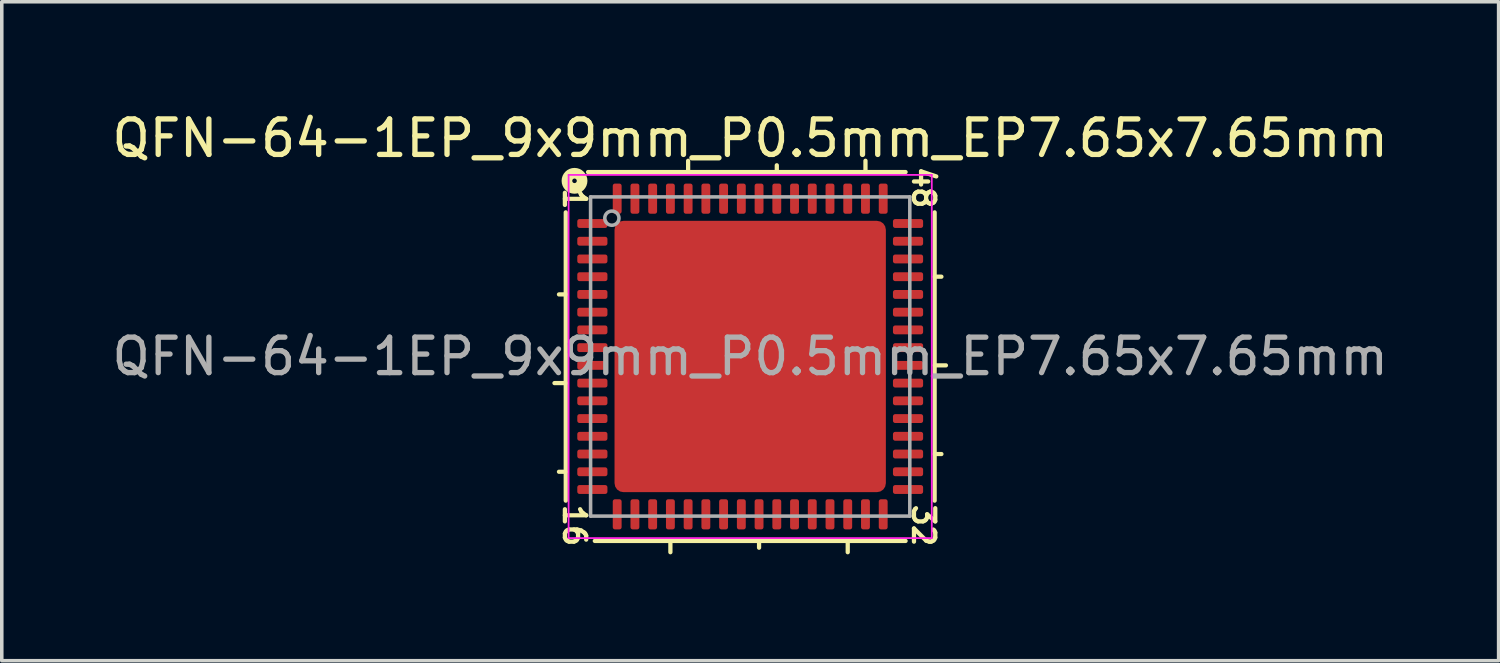
<source format=kicad_pcb>
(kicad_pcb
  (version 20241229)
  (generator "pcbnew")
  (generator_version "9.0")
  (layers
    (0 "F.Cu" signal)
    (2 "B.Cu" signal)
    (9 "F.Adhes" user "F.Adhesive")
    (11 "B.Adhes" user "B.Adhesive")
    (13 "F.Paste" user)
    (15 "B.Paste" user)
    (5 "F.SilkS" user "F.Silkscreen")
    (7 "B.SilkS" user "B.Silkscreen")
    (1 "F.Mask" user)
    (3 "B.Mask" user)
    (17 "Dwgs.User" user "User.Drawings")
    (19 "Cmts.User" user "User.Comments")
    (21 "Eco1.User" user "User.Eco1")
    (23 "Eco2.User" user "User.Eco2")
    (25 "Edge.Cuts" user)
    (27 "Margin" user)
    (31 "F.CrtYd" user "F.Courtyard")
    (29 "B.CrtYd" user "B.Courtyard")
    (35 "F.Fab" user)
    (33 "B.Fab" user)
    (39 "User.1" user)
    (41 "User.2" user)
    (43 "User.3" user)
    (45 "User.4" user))
  (footprint "QFN-64-1EP_9x9mm_P0.5mm_EP7.65x7.65mm"
    (layer "F.Cu")
    (at 18.101 7.001)
    (property "Reference" "QFN-64-1EP_9x9mm_P0.5mm_EP7.65x7.65mm" (at 0 -6.152 0) (layer "F.SilkS") (effects (font (size 1 1) (thickness 0.15))))
    (attr smd)
    (fp_line (start -5.2 -4.064) (end -5.2 4.064) (stroke (width 0.12) (type solid)) (layer "F.SilkS"))
    (fp_line (start -5.2 -1.75) (end -5.391 -1.75) (stroke (width 0.12) (type solid)) (layer "F.SilkS"))
    (fp_line (start -5.2 0.75) (end -5.518 0.75) (stroke (width 0.12) (type solid)) (layer "F.SilkS"))
    (fp_line (start -5.2 3.25) (end -5.391 3.25) (stroke (width 0.12) (type solid)) (layer "F.SilkS"))
    (fp_line (start -4.381 5.2) (end 4.381 5.2) (stroke (width 0.12) (type solid)) (layer "F.SilkS"))
    (fp_line (start -2.25 5.2) (end -2.25 5.518) (stroke (width 0.12) (type solid)) (layer "F.SilkS"))
    (fp_line (start -1.75 -5.2) (end -1.75 -5.518) (stroke (width 0.12) (type solid)) (layer "F.SilkS"))
    (fp_line (start 0.25 5.2) (end 0.25 5.391) (stroke (width 0.12) (type solid)) (layer "F.SilkS"))
    (fp_line (start 0.75 -5.2) (end 0.75 -5.391) (stroke (width 0.12) (type solid)) (layer "F.SilkS"))
    (fp_line (start 2.75 5.2) (end 2.75 5.518) (stroke (width 0.12) (type solid)) (layer "F.SilkS"))
    (fp_line (start 3.25 -5.2) (end 3.25 -5.518) (stroke (width 0.12) (type solid)) (layer "F.SilkS"))
    (fp_line (start 4.381 -5.2) (end -4.572 -5.2) (stroke (width 0.12) (type solid)) (layer "F.SilkS"))
    (fp_line (start 5.2 -2.25) (end 5.391 -2.25) (stroke (width 0.12) (type solid)) (layer "F.SilkS"))
    (fp_line (start 5.2 0.25) (end 5.518 0.25) (stroke (width 0.12) (type solid)) (layer "F.SilkS"))
    (fp_line (start 5.2 2.75) (end 5.391 2.75) (stroke (width 0.12) (type solid)) (layer "F.SilkS"))
    (fp_line (start 5.2 4.064) (end 5.2 -4.064) (stroke (width 0.12) (type solid)) (layer "F.SilkS"))
    (fp_circle (center -4.953 -4.953) (end -4.889 -4.953) (stroke (width 0.3) (type solid)) (fill no) (layer "F.SilkS"))
    (fp_line (start -5.12 -5.12) (end -5.12 5.12) (stroke (width 0.05) (type solid)) (layer "F.CrtYd"))
    (fp_line (start -5.12 5.12) (end 5.12 5.12) (stroke (width 0.05) (type solid)) (layer "F.CrtYd"))
    (fp_line (start 5.12 -5.12) (end -5.12 -5.12) (stroke (width 0.05) (type solid)) (layer "F.CrtYd"))
    (fp_line (start 5.12 5.12) (end 5.12 -5.12) (stroke (width 0.05) (type solid)) (layer "F.CrtYd"))
    (fp_line (start -4.5 -4.5) (end 4.5 -4.5) (stroke (width 0.1) (type solid)) (layer "F.Fab"))
    (fp_line (start -4.5 4.5) (end -4.5 -4.5) (stroke (width 0.1) (type solid)) (layer "F.Fab"))
    (fp_line (start 4.5 -4.5) (end 4.5 4.5) (stroke (width 0.1) (type solid)) (layer "F.Fab"))
    (fp_line (start 4.5 4.5) (end -4.5 4.5) (stroke (width 0.1) (type solid)) (layer "F.Fab"))
    (fp_circle (center -3.9 -3.9) (end -3.7 -3.9) (stroke (width 0.1) (type solid)) (fill no) (layer "F.Fab"))
    (fp_text user "32" (at 4.889 4.763 270) (unlocked yes) (layer "F.SilkS") (effects (font (size 0.6 0.6) (thickness 0.12))))
    (fp_text user "1" (at -4.953 -4.445 270) (unlocked yes) (layer "F.SilkS") (effects (font (size 0.6 0.6) (thickness 0.12))))
    (fp_text user "48" (at 4.889 -4.763 270) (unlocked yes) (layer "F.SilkS") (effects (font (size 0.6 0.6) (thickness 0.12))))
    (fp_text user "16" (at -4.953 4.763 270) (unlocked yes) (layer "F.SilkS") (effects (font (size 0.6 0.6) (thickness 0.12))))
    (fp_text user "${REFERENCE}" (at 0 0 0) (layer "F.Fab") (effects (font (size 1 1) (thickness 0.15))))
    (pad "" smd roundrect (at -3.2 -3.2) (size 1.03 1.03) (layers "F.Paste") (roundrect_rratio 0.243))
    (pad "" smd roundrect (at -3.2 -1.92) (size 1.03 1.03) (layers "F.Paste") (roundrect_rratio 0.243))
    (pad "" smd roundrect (at -3.2 -0.64) (size 1.03 1.03) (layers "F.Paste") (roundrect_rratio 0.243))
    (pad "" smd roundrect (at -3.2 0.64) (size 1.03 1.03) (layers "F.Paste") (roundrect_rratio 0.243))
    (pad "" smd roundrect (at -3.2 1.92) (size 1.03 1.03) (layers "F.Paste") (roundrect_rratio 0.243))
    (pad "" smd roundrect (at -3.2 3.2) (size 1.03 1.03) (layers "F.Paste") (roundrect_rratio 0.243))
    (pad "" smd roundrect (at -1.92 -3.2) (size 1.03 1.03) (layers "F.Paste") (roundrect_rratio 0.243))
    (pad "" smd roundrect (at -1.92 -1.92) (size 1.03 1.03) (layers "F.Paste") (roundrect_rratio 0.243))
    (pad "" smd roundrect (at -1.92 -0.64) (size 1.03 1.03) (layers "F.Paste") (roundrect_rratio 0.243))
    (pad "" smd roundrect (at -1.92 0.64) (size 1.03 1.03) (layers "F.Paste") (roundrect_rratio 0.243))
    (pad "" smd roundrect (at -1.92 1.92) (size 1.03 1.03) (layers "F.Paste") (roundrect_rratio 0.243))
    (pad "" smd roundrect (at -1.92 3.2) (size 1.03 1.03) (layers "F.Paste") (roundrect_rratio 0.243))
    (pad "" smd roundrect (at -0.64 -3.2) (size 1.03 1.03) (layers "F.Paste") (roundrect_rratio 0.243))
    (pad "" smd roundrect (at -0.64 -1.92) (size 1.03 1.03) (layers "F.Paste") (roundrect_rratio 0.243))
    (pad "" smd roundrect (at -0.64 -0.64) (size 1.03 1.03) (layers "F.Paste") (roundrect_rratio 0.243))
    (pad "" smd roundrect (at -0.64 0.64) (size 1.03 1.03) (layers "F.Paste") (roundrect_rratio 0.243))
    (pad "" smd roundrect (at -0.64 1.92) (size 1.03 1.03) (layers "F.Paste") (roundrect_rratio 0.243))
    (pad "" smd roundrect (at -0.64 3.2) (size 1.03 1.03) (layers "F.Paste") (roundrect_rratio 0.243))
    (pad "" smd roundrect (at 0.64 -3.2) (size 1.03 1.03) (layers "F.Paste") (roundrect_rratio 0.243))
    (pad "" smd roundrect (at 0.64 -1.92) (size 1.03 1.03) (layers "F.Paste") (roundrect_rratio 0.243))
    (pad "" smd roundrect (at 0.64 -0.64) (size 1.03 1.03) (layers "F.Paste") (roundrect_rratio 0.243))
    (pad "" smd roundrect (at 0.64 0.64) (size 1.03 1.03) (layers "F.Paste") (roundrect_rratio 0.243))
    (pad "" smd roundrect (at 0.64 1.92) (size 1.03 1.03) (layers "F.Paste") (roundrect_rratio 0.243))
    (pad "" smd roundrect (at 0.64 3.2) (size 1.03 1.03) (layers "F.Paste") (roundrect_rratio 0.243))
    (pad "" smd roundrect (at 1.92 -3.2) (size 1.03 1.03) (layers "F.Paste") (roundrect_rratio 0.243))
    (pad "" smd roundrect (at 1.92 -1.92) (size 1.03 1.03) (layers "F.Paste") (roundrect_rratio 0.243))
    (pad "" smd roundrect (at 1.92 -0.64) (size 1.03 1.03) (layers "F.Paste") (roundrect_rratio 0.243))
    (pad "" smd roundrect (at 1.92 0.64) (size 1.03 1.03) (layers "F.Paste") (roundrect_rratio 0.243))
    (pad "" smd roundrect (at 1.92 1.92) (size 1.03 1.03) (layers "F.Paste") (roundrect_rratio 0.243))
    (pad "" smd roundrect (at 1.92 3.2) (size 1.03 1.03) (layers "F.Paste") (roundrect_rratio 0.243))
    (pad "" smd roundrect (at 3.2 -3.2) (size 1.03 1.03) (layers "F.Paste") (roundrect_rratio 0.243))
    (pad "" smd roundrect (at 3.2 -1.92) (size 1.03 1.03) (layers "F.Paste") (roundrect_rratio 0.243))
    (pad "" smd roundrect (at 3.2 -0.64) (size 1.03 1.03) (layers "F.Paste") (roundrect_rratio 0.243))
    (pad "" smd roundrect (at 3.2 0.64) (size 1.03 1.03) (layers "F.Paste") (roundrect_rratio 0.243))
    (pad "" smd roundrect (at 3.2 1.92) (size 1.03 1.03) (layers "F.Paste") (roundrect_rratio 0.243))
    (pad "" smd roundrect (at 3.2 3.2) (size 1.03 1.03) (layers "F.Paste") (roundrect_rratio 0.243))
    (pad "1" smd roundrect (at -4.45 -3.75) (size 0.85 0.25) (layers "F.Cu" "F.Mask" "F.Paste") (roundrect_rratio 0.25))
    (pad "2" smd roundrect (at -4.45 -3.25) (size 0.85 0.25) (layers "F.Cu" "F.Mask" "F.Paste") (roundrect_rratio 0.25))
    (pad "3" smd roundrect (at -4.45 -2.75) (size 0.85 0.25) (layers "F.Cu" "F.Mask" "F.Paste") (roundrect_rratio 0.25))
    (pad "4" smd roundrect (at -4.45 -2.25) (size 0.85 0.25) (layers "F.Cu" "F.Mask" "F.Paste") (roundrect_rratio 0.25))
    (pad "5" smd roundrect (at -4.45 -1.75) (size 0.85 0.25) (layers "F.Cu" "F.Mask" "F.Paste") (roundrect_rratio 0.25))
    (pad "6" smd roundrect (at -4.45 -1.25) (size 0.85 0.25) (layers "F.Cu" "F.Mask" "F.Paste") (roundrect_rratio 0.25))
    (pad "7" smd roundrect (at -4.45 -0.75) (size 0.85 0.25) (layers "F.Cu" "F.Mask" "F.Paste") (roundrect_rratio 0.25))
    (pad "8" smd roundrect (at -4.45 -0.25) (size 0.85 0.25) (layers "F.Cu" "F.Mask" "F.Paste") (roundrect_rratio 0.25))
    (pad "9" smd roundrect (at -4.45 0.25) (size 0.85 0.25) (layers "F.Cu" "F.Mask" "F.Paste") (roundrect_rratio 0.25))
    (pad "10" smd roundrect (at -4.45 0.75) (size 0.85 0.25) (layers "F.Cu" "F.Mask" "F.Paste") (roundrect_rratio 0.25))
    (pad "11" smd roundrect (at -4.45 1.25) (size 0.85 0.25) (layers "F.Cu" "F.Mask" "F.Paste") (roundrect_rratio 0.25))
    (pad "12" smd roundrect (at -4.45 1.75) (size 0.85 0.25) (layers "F.Cu" "F.Mask" "F.Paste") (roundrect_rratio 0.25))
    (pad "13" smd roundrect (at -4.45 2.25) (size 0.85 0.25) (layers "F.Cu" "F.Mask" "F.Paste") (roundrect_rratio 0.25))
    (pad "14" smd roundrect (at -4.45 2.75) (size 0.85 0.25) (layers "F.Cu" "F.Mask" "F.Paste") (roundrect_rratio 0.25))
    (pad "15" smd roundrect (at -4.45 3.25) (size 0.85 0.25) (layers "F.Cu" "F.Mask" "F.Paste") (roundrect_rratio 0.25))
    (pad "16" smd roundrect (at -4.45 3.75) (size 0.85 0.25) (layers "F.Cu" "F.Mask" "F.Paste") (roundrect_rratio 0.25))
    (pad "17" smd roundrect (at -3.75 4.45) (size 0.25 0.85) (layers "F.Cu" "F.Mask" "F.Paste") (roundrect_rratio 0.25))
    (pad "18" smd roundrect (at -3.25 4.45) (size 0.25 0.85) (layers "F.Cu" "F.Mask" "F.Paste") (roundrect_rratio 0.25))
    (pad "19" smd roundrect (at -2.75 4.45) (size 0.25 0.85) (layers "F.Cu" "F.Mask" "F.Paste") (roundrect_rratio 0.25))
    (pad "20" smd roundrect (at -2.25 4.45) (size 0.25 0.85) (layers "F.Cu" "F.Mask" "F.Paste") (roundrect_rratio 0.25))
    (pad "21" smd roundrect (at -1.75 4.45) (size 0.25 0.85) (layers "F.Cu" "F.Mask" "F.Paste") (roundrect_rratio 0.25))
    (pad "22" smd roundrect (at -1.25 4.45) (size 0.25 0.85) (layers "F.Cu" "F.Mask" "F.Paste") (roundrect_rratio 0.25))
    (pad "23" smd roundrect (at -0.75 4.45) (size 0.25 0.85) (layers "F.Cu" "F.Mask" "F.Paste") (roundrect_rratio 0.25))
    (pad "24" smd roundrect (at -0.25 4.45) (size 0.25 0.85) (layers "F.Cu" "F.Mask" "F.Paste") (roundrect_rratio 0.25))
    (pad "25" smd roundrect (at 0.25 4.45) (size 0.25 0.85) (layers "F.Cu" "F.Mask" "F.Paste") (roundrect_rratio 0.25))
    (pad "26" smd roundrect (at 0.75 4.45) (size 0.25 0.85) (layers "F.Cu" "F.Mask" "F.Paste") (roundrect_rratio 0.25))
    (pad "27" smd roundrect (at 1.25 4.45) (size 0.25 0.85) (layers "F.Cu" "F.Mask" "F.Paste") (roundrect_rratio 0.25))
    (pad "28" smd roundrect (at 1.75 4.45) (size 0.25 0.85) (layers "F.Cu" "F.Mask" "F.Paste") (roundrect_rratio 0.25))
    (pad "29" smd roundrect (at 2.25 4.45) (size 0.25 0.85) (layers "F.Cu" "F.Mask" "F.Paste") (roundrect_rratio 0.25))
    (pad "30" smd roundrect (at 2.75 4.45) (size 0.25 0.85) (layers "F.Cu" "F.Mask" "F.Paste") (roundrect_rratio 0.25))
    (pad "31" smd roundrect (at 3.25 4.45) (size 0.25 0.85) (layers "F.Cu" "F.Mask" "F.Paste") (roundrect_rratio 0.25))
    (pad "32" smd roundrect (at 3.75 4.45) (size 0.25 0.85) (layers "F.Cu" "F.Mask" "F.Paste") (roundrect_rratio 0.25))
    (pad "33" smd roundrect (at 4.45 3.75) (size 0.85 0.25) (layers "F.Cu" "F.Mask" "F.Paste") (roundrect_rratio 0.25))
    (pad "34" smd roundrect (at 4.45 3.25) (size 0.85 0.25) (layers "F.Cu" "F.Mask" "F.Paste") (roundrect_rratio 0.25))
    (pad "35" smd roundrect (at 4.45 2.75) (size 0.85 0.25) (layers "F.Cu" "F.Mask" "F.Paste") (roundrect_rratio 0.25))
    (pad "36" smd roundrect (at 4.45 2.25) (size 0.85 0.25) (layers "F.Cu" "F.Mask" "F.Paste") (roundrect_rratio 0.25))
    (pad "37" smd roundrect (at 4.45 1.75) (size 0.85 0.25) (layers "F.Cu" "F.Mask" "F.Paste") (roundrect_rratio 0.25))
    (pad "38" smd roundrect (at 4.45 1.25) (size 0.85 0.25) (layers "F.Cu" "F.Mask" "F.Paste") (roundrect_rratio 0.25))
    (pad "39" smd roundrect (at 4.45 0.75) (size 0.85 0.25) (layers "F.Cu" "F.Mask" "F.Paste") (roundrect_rratio 0.25))
    (pad "40" smd roundrect (at 4.45 0.25) (size 0.85 0.25) (layers "F.Cu" "F.Mask" "F.Paste") (roundrect_rratio 0.25))
    (pad "41" smd roundrect (at 4.45 -0.25) (size 0.85 0.25) (layers "F.Cu" "F.Mask" "F.Paste") (roundrect_rratio 0.25))
    (pad "42" smd roundrect (at 4.45 -0.75) (size 0.85 0.25) (layers "F.Cu" "F.Mask" "F.Paste") (roundrect_rratio 0.25))
    (pad "43" smd roundrect (at 4.45 -1.25) (size 0.85 0.25) (layers "F.Cu" "F.Mask" "F.Paste") (roundrect_rratio 0.25))
    (pad "44" smd roundrect (at 4.45 -1.75) (size 0.85 0.25) (layers "F.Cu" "F.Mask" "F.Paste") (roundrect_rratio 0.25))
    (pad "45" smd roundrect (at 4.45 -2.25) (size 0.85 0.25) (layers "F.Cu" "F.Mask" "F.Paste") (roundrect_rratio 0.25))
    (pad "46" smd roundrect (at 4.45 -2.75) (size 0.85 0.25) (layers "F.Cu" "F.Mask" "F.Paste") (roundrect_rratio 0.25))
    (pad "47" smd roundrect (at 4.45 -3.25) (size 0.85 0.25) (layers "F.Cu" "F.Mask" "F.Paste") (roundrect_rratio 0.25))
    (pad "48" smd roundrect (at 4.45 -3.75) (size 0.85 0.25) (layers "F.Cu" "F.Mask" "F.Paste") (roundrect_rratio 0.25))
    (pad "49" smd roundrect (at 3.75 -4.45) (size 0.25 0.85) (layers "F.Cu" "F.Mask" "F.Paste") (roundrect_rratio 0.25))
    (pad "50" smd roundrect (at 3.25 -4.45) (size 0.25 0.85) (layers "F.Cu" "F.Mask" "F.Paste") (roundrect_rratio 0.25))
    (pad "51" smd roundrect (at 2.75 -4.45) (size 0.25 0.85) (layers "F.Cu" "F.Mask" "F.Paste") (roundrect_rratio 0.25))
    (pad "52" smd roundrect (at 2.25 -4.45) (size 0.25 0.85) (layers "F.Cu" "F.Mask" "F.Paste") (roundrect_rratio 0.25))
    (pad "53" smd roundrect (at 1.75 -4.45) (size 0.25 0.85) (layers "F.Cu" "F.Mask" "F.Paste") (roundrect_rratio 0.25))
    (pad "54" smd roundrect (at 1.25 -4.45) (size 0.25 0.85) (layers "F.Cu" "F.Mask" "F.Paste") (roundrect_rratio 0.25))
    (pad "55" smd roundrect (at 0.75 -4.45) (size 0.25 0.85) (layers "F.Cu" "F.Mask" "F.Paste") (roundrect_rratio 0.25))
    (pad "56" smd roundrect (at 0.25 -4.45) (size 0.25 0.85) (layers "F.Cu" "F.Mask" "F.Paste") (roundrect_rratio 0.25))
    (pad "57" smd roundrect (at -0.25 -4.45) (size 0.25 0.85) (layers "F.Cu" "F.Mask" "F.Paste") (roundrect_rratio 0.25))
    (pad "58" smd roundrect (at -0.75 -4.45) (size 0.25 0.85) (layers "F.Cu" "F.Mask" "F.Paste") (roundrect_rratio 0.25))
    (pad "59" smd roundrect (at -1.25 -4.45) (size 0.25 0.85) (layers "F.Cu" "F.Mask" "F.Paste") (roundrect_rratio 0.25))
    (pad "60" smd roundrect (at -1.75 -4.45) (size 0.25 0.85) (layers "F.Cu" "F.Mask" "F.Paste") (roundrect_rratio 0.25))
    (pad "61" smd roundrect (at -2.25 -4.45) (size 0.25 0.85) (layers "F.Cu" "F.Mask" "F.Paste") (roundrect_rratio 0.25))
    (pad "62" smd roundrect (at -2.75 -4.45) (size 0.25 0.85) (layers "F.Cu" "F.Mask" "F.Paste") (roundrect_rratio 0.25))
    (pad "63" smd roundrect (at -3.25 -4.45) (size 0.25 0.85) (layers "F.Cu" "F.Mask" "F.Paste") (roundrect_rratio 0.25))
    (pad "64" smd roundrect (at -3.75 -4.45) (size 0.25 0.85) (layers "F.Cu" "F.Mask" "F.Paste") (roundrect_rratio 0.25))
    (pad "65" smd roundrect (at 0 0) (size 7.65 7.65) (layers "F.Cu" "F.Mask") (roundrect_rratio 0.033)))
  (gr_rect
    (start -3 -3)
    (end 39.202 15.578)
    (stroke (width 0.1) (type default))
    (fill no)
    (layer "Edge.Cuts")))
</source>
